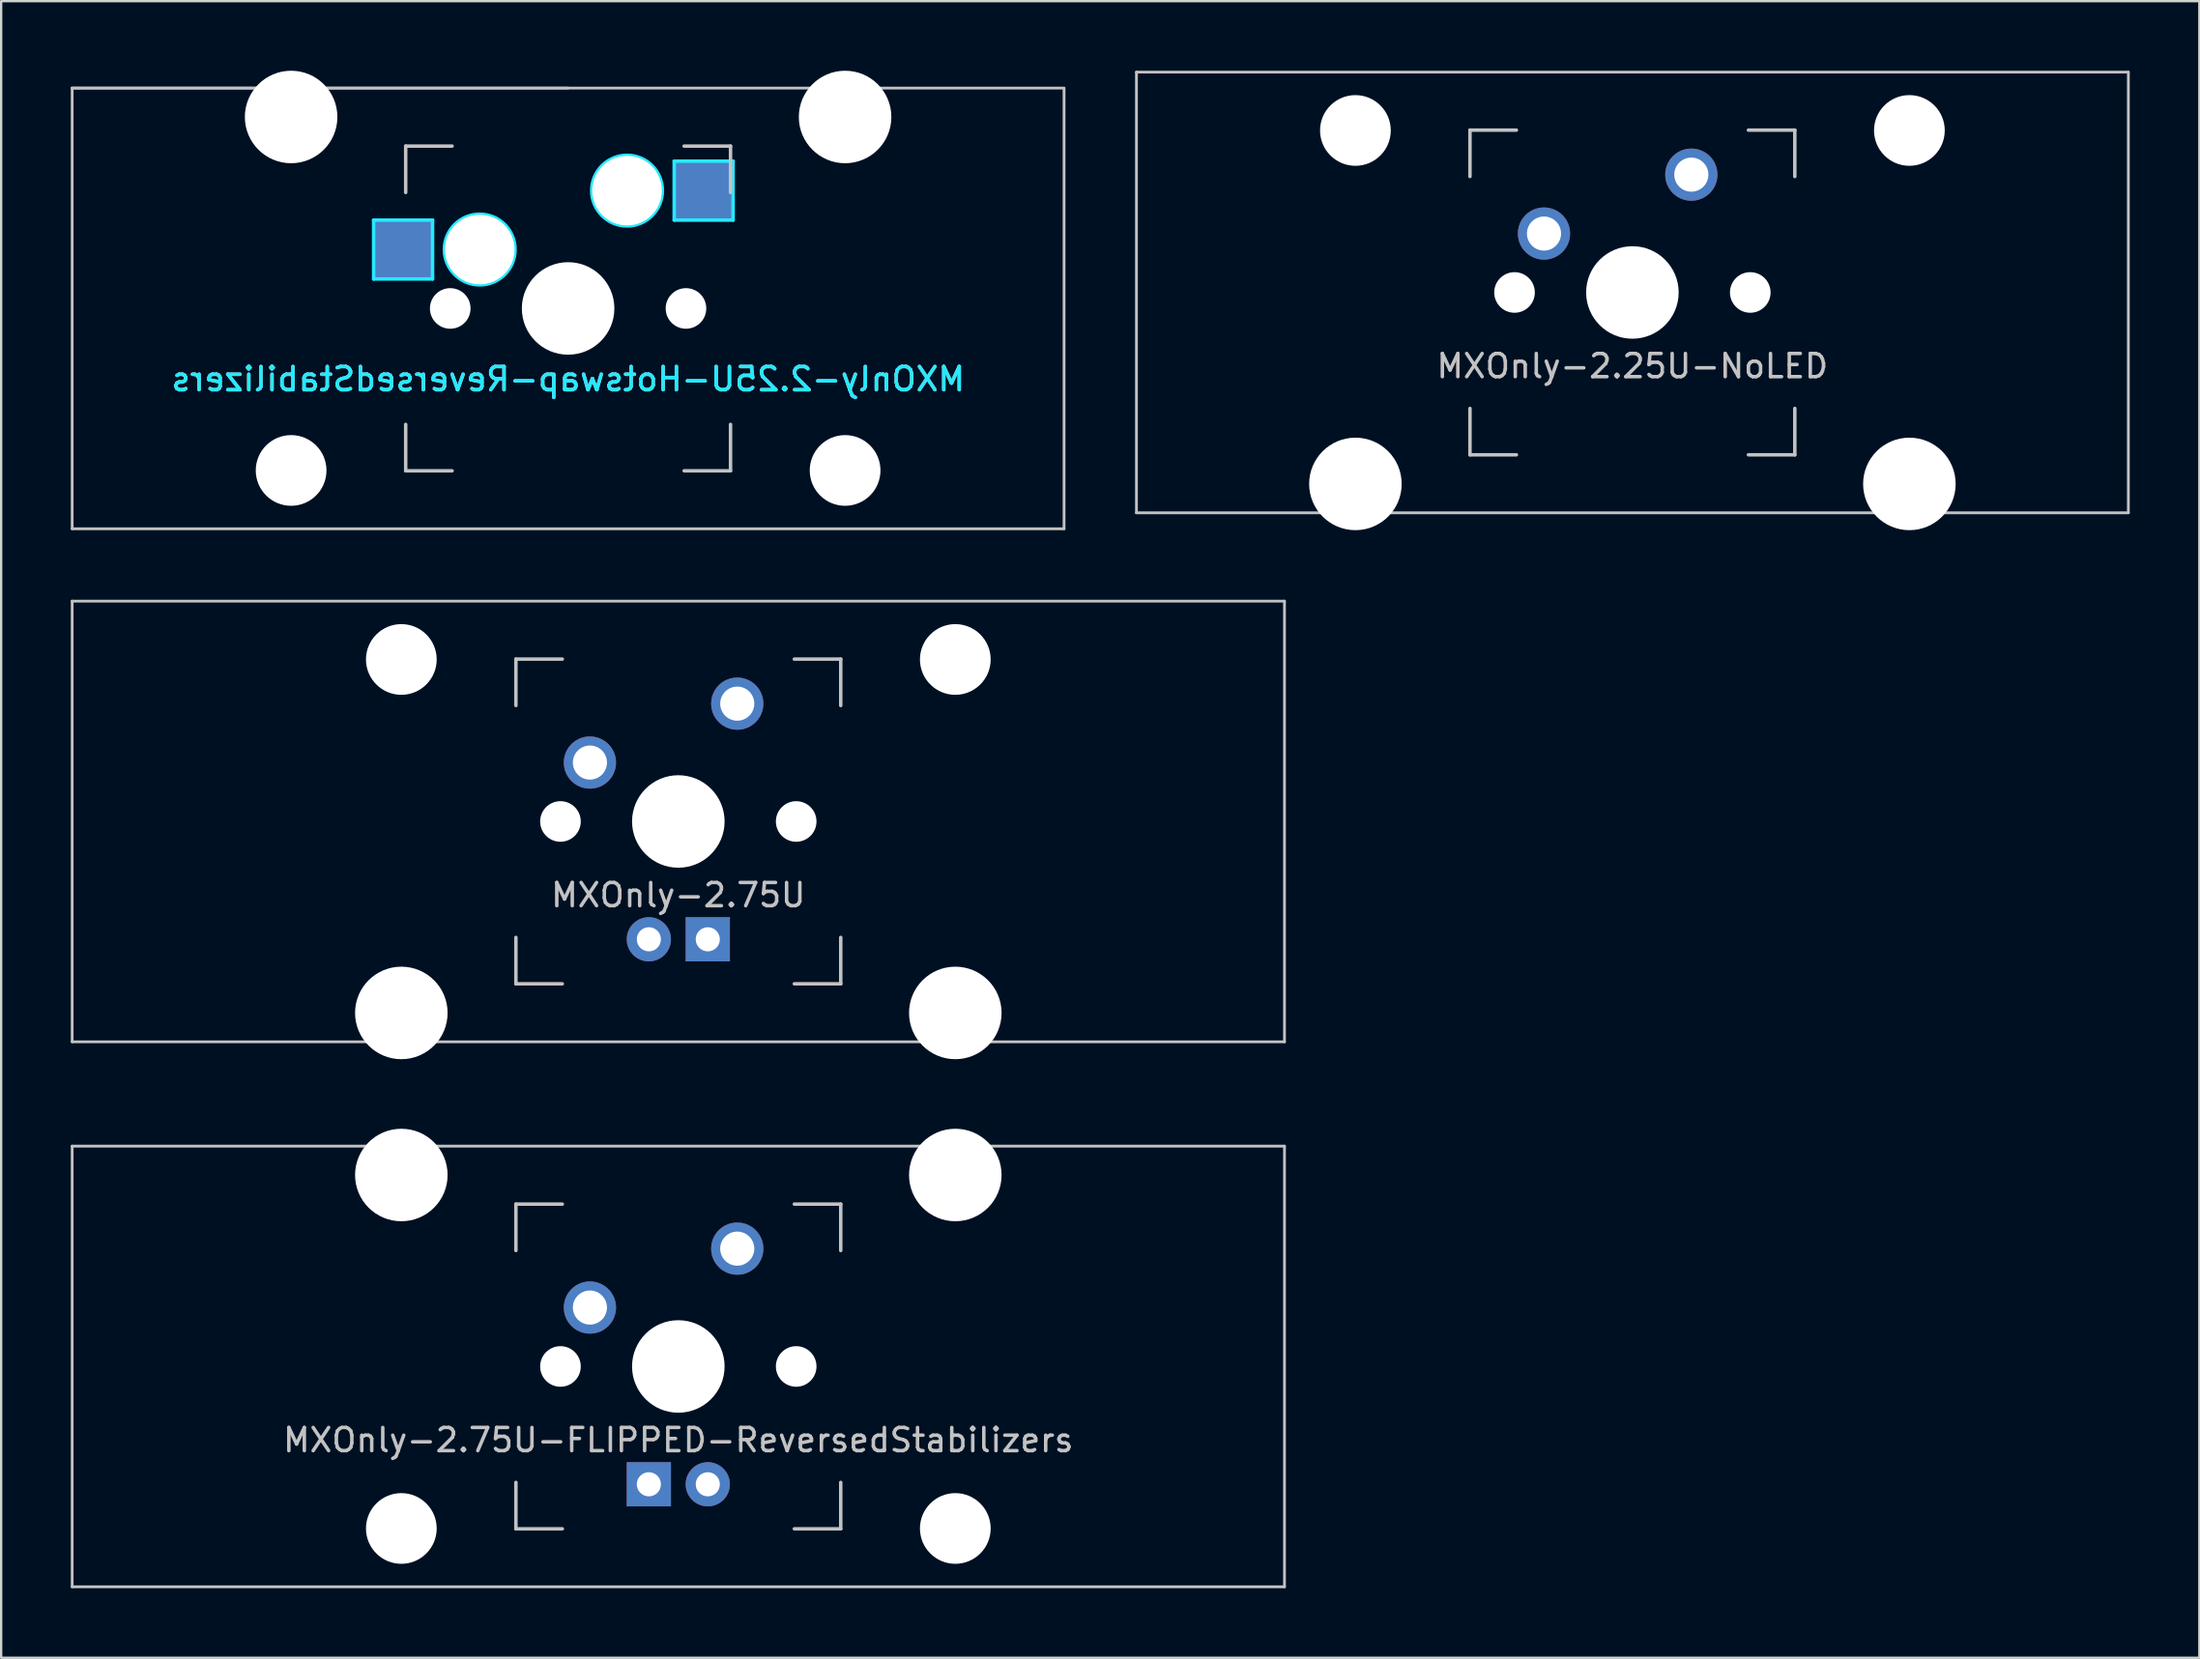
<source format=kicad_pcb>
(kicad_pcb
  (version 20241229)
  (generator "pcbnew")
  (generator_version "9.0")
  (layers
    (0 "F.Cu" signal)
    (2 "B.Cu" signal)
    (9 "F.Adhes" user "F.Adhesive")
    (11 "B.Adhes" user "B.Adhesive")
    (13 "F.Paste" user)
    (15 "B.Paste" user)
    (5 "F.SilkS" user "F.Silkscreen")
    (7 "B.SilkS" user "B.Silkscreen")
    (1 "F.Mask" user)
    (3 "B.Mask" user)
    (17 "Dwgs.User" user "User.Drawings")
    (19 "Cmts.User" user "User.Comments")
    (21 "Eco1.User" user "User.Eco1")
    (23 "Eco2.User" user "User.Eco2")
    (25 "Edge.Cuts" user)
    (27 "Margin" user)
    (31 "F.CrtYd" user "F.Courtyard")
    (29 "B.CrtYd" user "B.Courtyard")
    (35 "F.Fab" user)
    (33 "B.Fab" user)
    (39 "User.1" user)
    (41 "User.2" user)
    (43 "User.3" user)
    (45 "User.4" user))
  (footprint "MXOnly-2.25U-Hotswap-ReversedStabilizers"
    (layer "F.Cu")
    (at 21.435 10.249)
    (property "Reference" "MXOnly-2.25U-Hotswap-ReversedStabilizers" (at 0 3.048 0) (layer "B.CrtYd") (effects (font (size 1 1) (thickness 0.15)) (justify mirror)))
    (attr smd)
    (fp_line (start -21.375 -9.5) (end -21.375 9.5) (stroke (width 0.12) (type solid)) (layer "Dwgs.User"))
    (fp_line (start -21.375 9.5) (end 21.375 9.5) (stroke (width 0.12) (type solid)) (layer "Dwgs.User"))
    (fp_line (start -7 -7) (end -7 -5) (stroke (width 0.15) (type solid)) (layer "Dwgs.User"))
    (fp_line (start -7 5) (end -7 7) (stroke (width 0.15) (type solid)) (layer "Dwgs.User"))
    (fp_line (start -7 7) (end -5 7) (stroke (width 0.15) (type solid)) (layer "Dwgs.User"))
    (fp_line (start -5 -7) (end -7 -7) (stroke (width 0.15) (type solid)) (layer "Dwgs.User"))
    (fp_line (start 0 -9.5) (end -21.375 -9.5) (stroke (width 0.12) (type solid)) (layer "Dwgs.User"))
    (fp_line (start 5 -7) (end 7 -7) (stroke (width 0.15) (type solid)) (layer "Dwgs.User"))
    (fp_line (start 5 7) (end 7 7) (stroke (width 0.15) (type solid)) (layer "Dwgs.User"))
    (fp_line (start 7 -7) (end 7 -5) (stroke (width 0.15) (type solid)) (layer "Dwgs.User"))
    (fp_line (start 7 7) (end 7 5) (stroke (width 0.15) (type solid)) (layer "Dwgs.User"))
    (fp_line (start 21.375 -9.5) (end -21.375 -9.5) (stroke (width 0.12) (type solid)) (layer "Dwgs.User"))
    (fp_line (start 21.375 9.5) (end 21.375 -9.5) (stroke (width 0.12) (type solid)) (layer "Dwgs.User"))
    (fp_line (start -8.382 -3.81) (end -5.842 -3.81) (stroke (width 0.15) (type solid)) (layer "B.CrtYd"))
    (fp_line (start -8.382 -1.27) (end -8.382 -3.81) (stroke (width 0.15) (type solid)) (layer "B.CrtYd"))
    (fp_line (start -5.842 -3.81) (end -5.842 -1.27) (stroke (width 0.15) (type solid)) (layer "B.CrtYd"))
    (fp_line (start -5.842 -1.27) (end -8.382 -1.27) (stroke (width 0.15) (type solid)) (layer "B.CrtYd"))
    (fp_line (start 4.572 -6.35) (end 7.112 -6.35) (stroke (width 0.15) (type solid)) (layer "B.CrtYd"))
    (fp_line (start 4.572 -3.81) (end 4.572 -6.35) (stroke (width 0.15) (type solid)) (layer "B.CrtYd"))
    (fp_line (start 7.112 -6.35) (end 7.112 -3.81) (stroke (width 0.15) (type solid)) (layer "B.CrtYd"))
    (fp_line (start 7.112 -3.81) (end 4.572 -3.81) (stroke (width 0.15) (type solid)) (layer "B.CrtYd"))
    (fp_circle (center -3.81 -2.54) (end -3.81 -4.064) (stroke (width 0.15) (type solid)) (fill no) (layer "B.CrtYd"))
    (fp_circle (center 2.54 -5.08) (end 2.54 -6.604) (stroke (width 0.15) (type solid)) (fill no) (layer "B.CrtYd"))
    (fp_text user "${REFERENCE}" (at 0 3.048 0) (layer "B.SilkS") (effects (font (size 1 1) (thickness 0.15)) (justify mirror)))
    (pad "" np_thru_hole circle (at -11.938 -8.255) (size 3.988 3.988) (drill 3.988) (layers "*.Cu" "*.Mask"))
    (pad "" np_thru_hole circle (at -11.938 6.985) (size 3.048 3.048) (drill 3.048) (layers "*.Cu" "*.Mask"))
    (pad "" np_thru_hole circle (at -5.08 0 48.1) (size 1.75 1.75) (drill 1.75) (layers "*.Cu" "*.Mask"))
    (pad "" np_thru_hole circle (at -3.81 -2.54) (size 3 3) (drill 3) (layers "*.Cu" "*.Mask"))
    (pad "" np_thru_hole circle (at 0 0) (size 3.988 3.988) (drill 3.988) (layers "*.Cu" "*.Mask"))
    (pad "" np_thru_hole circle (at 2.54 -5.08) (size 3 3) (drill 3) (layers "*.Cu" "*.Mask"))
    (pad "" np_thru_hole circle (at 5.08 0 48.1) (size 1.75 1.75) (drill 1.75) (layers "*.Cu" "*.Mask"))
    (pad "" np_thru_hole circle (at 11.938 -8.255) (size 3.988 3.988) (drill 3.988) (layers "*.Cu" "*.Mask"))
    (pad "" np_thru_hole circle (at 11.938 6.985) (size 3.048 3.048) (drill 3.048) (layers "*.Cu" "*.Mask"))
    (pad "1" smd rect (at -7.085 -2.54) (size 2.55 2.5) (layers "B.Cu" "B.Mask" "B.Paste"))
    (pad "2" smd rect (at 5.842 -5.08) (size 2.55 2.5) (layers "B.Cu" "B.Mask" "B.Paste")))
  (footprint "MXOnly-2.75U"
    (layer "F.Cu")
    (at 26.185 32.369)
    (property "Reference" "MXOnly-2.75U" (at 0 3.175 0) (layer "Dwgs.User") (effects (font (size 1 1) (thickness 0.15))))
    (attr through_hole)
    (fp_line (start -26.125 -9.5) (end -26.125 9.5) (stroke (width 0.12) (type solid)) (layer "Dwgs.User"))
    (fp_line (start -26.125 9.5) (end 26.125 9.5) (stroke (width 0.12) (type solid)) (layer "Dwgs.User"))
    (fp_line (start -7 -7) (end -7 -5) (stroke (width 0.15) (type solid)) (layer "Dwgs.User"))
    (fp_line (start -7 5) (end -7 7) (stroke (width 0.15) (type solid)) (layer "Dwgs.User"))
    (fp_line (start -7 7) (end -5 7) (stroke (width 0.15) (type solid)) (layer "Dwgs.User"))
    (fp_line (start -5 -7) (end -7 -7) (stroke (width 0.15) (type solid)) (layer "Dwgs.User"))
    (fp_line (start 5 -7) (end 7 -7) (stroke (width 0.15) (type solid)) (layer "Dwgs.User"))
    (fp_line (start 5 7) (end 7 7) (stroke (width 0.15) (type solid)) (layer "Dwgs.User"))
    (fp_line (start 7 -7) (end 7 -5) (stroke (width 0.15) (type solid)) (layer "Dwgs.User"))
    (fp_line (start 7 7) (end 7 5) (stroke (width 0.15) (type solid)) (layer "Dwgs.User"))
    (fp_line (start 26.125 -9.5) (end -26.125 -9.5) (stroke (width 0.12) (type solid)) (layer "Dwgs.User"))
    (fp_line (start 26.125 9.5) (end 26.125 -9.5) (stroke (width 0.12) (type solid)) (layer "Dwgs.User"))
    (pad "" np_thru_hole circle (at -11.938 -6.985) (size 3.048 3.048) (drill 3.048) (layers "*.Cu" "*.Mask"))
    (pad "" np_thru_hole circle (at -11.938 8.255) (size 3.988 3.988) (drill 3.988) (layers "*.Cu" "*.Mask"))
    (pad "" np_thru_hole circle (at -5.08 0 48.1) (size 1.75 1.75) (drill 1.75) (layers "*.Cu" "*.Mask"))
    (pad "" np_thru_hole circle (at 0 0) (size 3.988 3.988) (drill 3.988) (layers "*.Cu" "*.Mask"))
    (pad "" np_thru_hole circle (at 5.08 0 48.1) (size 1.75 1.75) (drill 1.75) (layers "*.Cu" "*.Mask"))
    (pad "" np_thru_hole circle (at 11.938 -6.985) (size 3.048 3.048) (drill 3.048) (layers "*.Cu" "*.Mask"))
    (pad "" np_thru_hole circle (at 11.938 8.255) (size 3.988 3.988) (drill 3.988) (layers "*.Cu" "*.Mask"))
    (pad "1" thru_hole circle (at -3.81 -2.54) (size 2.25 2.25) (drill 1.47) (layers "*.Cu" "B.Mask"))
    (pad "2" thru_hole circle (at 2.54 -5.08) (size 2.25 2.25) (drill 1.47) (layers "*.Cu" "B.Mask"))
    (pad "3" thru_hole circle (at -1.27 5.08) (size 1.905 1.905) (drill 1.04) (layers "*.Cu" "B.Mask"))
    (pad "4" thru_hole rect (at 1.27 5.08) (size 1.905 1.905) (drill 1.04) (layers "*.Cu" "B.Mask")))
  (footprint "MXOnly-2.75U-FLIPPED-ReversedStabilizers"
    (layer "F.Cu")
    (at 26.185 55.867)
    (property "Reference" "MXOnly-2.75U-FLIPPED-ReversedStabilizers" (at 0 3.175 0) (layer "Dwgs.User") (effects (font (size 1 1) (thickness 0.15))))
    (attr through_hole)
    (fp_line (start -26.125 -9.5) (end -26.125 9.5) (stroke (width 0.12) (type solid)) (layer "Dwgs.User"))
    (fp_line (start -26.125 9.5) (end 26.125 9.5) (stroke (width 0.12) (type solid)) (layer "Dwgs.User"))
    (fp_line (start -7 -7) (end -7 -5) (stroke (width 0.15) (type solid)) (layer "Dwgs.User"))
    (fp_line (start -7 5) (end -7 7) (stroke (width 0.15) (type solid)) (layer "Dwgs.User"))
    (fp_line (start -7 7) (end -5 7) (stroke (width 0.15) (type solid)) (layer "Dwgs.User"))
    (fp_line (start -5 -7) (end -7 -7) (stroke (width 0.15) (type solid)) (layer "Dwgs.User"))
    (fp_line (start 5 -7) (end 7 -7) (stroke (width 0.15) (type solid)) (layer "Dwgs.User"))
    (fp_line (start 5 7) (end 7 7) (stroke (width 0.15) (type solid)) (layer "Dwgs.User"))
    (fp_line (start 7 -7) (end 7 -5) (stroke (width 0.15) (type solid)) (layer "Dwgs.User"))
    (fp_line (start 7 7) (end 7 5) (stroke (width 0.15) (type solid)) (layer "Dwgs.User"))
    (fp_line (start 26.125 -9.5) (end -26.125 -9.5) (stroke (width 0.12) (type solid)) (layer "Dwgs.User"))
    (fp_line (start 26.125 9.5) (end 26.125 -9.5) (stroke (width 0.12) (type solid)) (layer "Dwgs.User"))
    (pad "" np_thru_hole circle (at -11.938 -8.255) (size 3.988 3.988) (drill 3.988) (layers "*.Cu" "*.Mask"))
    (pad "" np_thru_hole circle (at -11.938 6.985) (size 3.048 3.048) (drill 3.048) (layers "*.Cu" "*.Mask"))
    (pad "" np_thru_hole circle (at -5.08 0 48.1) (size 1.75 1.75) (drill 1.75) (layers "*.Cu" "*.Mask"))
    (pad "" np_thru_hole circle (at 0 0) (size 3.988 3.988) (drill 3.988) (layers "*.Cu" "*.Mask"))
    (pad "" np_thru_hole circle (at 5.08 0 48.1) (size 1.75 1.75) (drill 1.75) (layers "*.Cu" "*.Mask"))
    (pad "" np_thru_hole circle (at 11.938 -8.255) (size 3.988 3.988) (drill 3.988) (layers "*.Cu" "*.Mask"))
    (pad "" np_thru_hole circle (at 11.938 6.985) (size 3.048 3.048) (drill 3.048) (layers "*.Cu" "*.Mask"))
    (pad "1" thru_hole circle (at -3.81 -2.54) (size 2.25 2.25) (drill 1.47) (layers "*.Cu" "B.Mask"))
    (pad "2" thru_hole circle (at 2.54 -5.08) (size 2.25 2.25) (drill 1.47) (layers "*.Cu" "B.Mask"))
    (pad "3" thru_hole circle (at 1.27 5.08) (size 1.905 1.905) (drill 1.04) (layers "*.Cu" "B.Mask"))
    (pad "4" thru_hole rect (at -1.27 5.08) (size 1.905 1.905) (drill 1.04) (layers "*.Cu" "B.Mask")))
  (footprint "MXOnly-2.25U-NoLED"
    (layer "F.Cu")
    (at 67.305 9.56)
    (property "Reference" "MXOnly-2.25U-NoLED" (at 0 3.175 0) (layer "Dwgs.User") (effects (font (size 1 1) (thickness 0.15))))
    (attr through_hole)
    (fp_line (start -21.375 -9.5) (end -21.375 9.5) (stroke (width 0.12) (type solid)) (layer "Dwgs.User"))
    (fp_line (start -21.375 9.5) (end 21.375 9.5) (stroke (width 0.12) (type solid)) (layer "Dwgs.User"))
    (fp_line (start -7 -7) (end -7 -5) (stroke (width 0.15) (type solid)) (layer "Dwgs.User"))
    (fp_line (start -7 5) (end -7 7) (stroke (width 0.15) (type solid)) (layer "Dwgs.User"))
    (fp_line (start -7 7) (end -5 7) (stroke (width 0.15) (type solid)) (layer "Dwgs.User"))
    (fp_line (start -5 -7) (end -7 -7) (stroke (width 0.15) (type solid)) (layer "Dwgs.User"))
    (fp_line (start 5 -7) (end 7 -7) (stroke (width 0.15) (type solid)) (layer "Dwgs.User"))
    (fp_line (start 5 7) (end 7 7) (stroke (width 0.15) (type solid)) (layer "Dwgs.User"))
    (fp_line (start 7 -7) (end 7 -5) (stroke (width 0.15) (type solid)) (layer "Dwgs.User"))
    (fp_line (start 7 7) (end 7 5) (stroke (width 0.15) (type solid)) (layer "Dwgs.User"))
    (fp_line (start 21.375 -9.5) (end -21.375 -9.5) (stroke (width 0.12) (type solid)) (layer "Dwgs.User"))
    (fp_line (start 21.375 9.5) (end 21.375 -9.5) (stroke (width 0.12) (type solid)) (layer "Dwgs.User"))
    (pad "" np_thru_hole circle (at -11.938 -6.985) (size 3.048 3.048) (drill 3.048) (layers "*.Cu" "*.Mask"))
    (pad "" np_thru_hole circle (at -11.938 8.255) (size 3.988 3.988) (drill 3.988) (layers "*.Cu" "*.Mask"))
    (pad "" np_thru_hole circle (at -5.08 0 48.1) (size 1.75 1.75) (drill 1.75) (layers "*.Cu" "*.Mask"))
    (pad "" np_thru_hole circle (at 0 0) (size 3.988 3.988) (drill 3.988) (layers "*.Cu" "*.Mask"))
    (pad "" np_thru_hole circle (at 5.08 0 48.1) (size 1.75 1.75) (drill 1.75) (layers "*.Cu" "*.Mask"))
    (pad "" np_thru_hole circle (at 11.938 -6.985) (size 3.048 3.048) (drill 3.048) (layers "*.Cu" "*.Mask"))
    (pad "" np_thru_hole circle (at 11.938 8.255) (size 3.988 3.988) (drill 3.988) (layers "*.Cu" "*.Mask"))
    (pad "1" thru_hole circle (at -3.81 -2.54) (size 2.25 2.25) (drill 1.47) (layers "*.Cu" "B.Mask"))
    (pad "2" thru_hole circle (at 2.54 -5.08) (size 2.25 2.25) (drill 1.47) (layers "*.Cu" "B.Mask")))
  (gr_rect
    (start -3 -3)
    (end 91.74 68.427)
    (stroke (width 0.1) (type default))
    (fill no)
    (layer "Edge.Cuts")))
</source>
